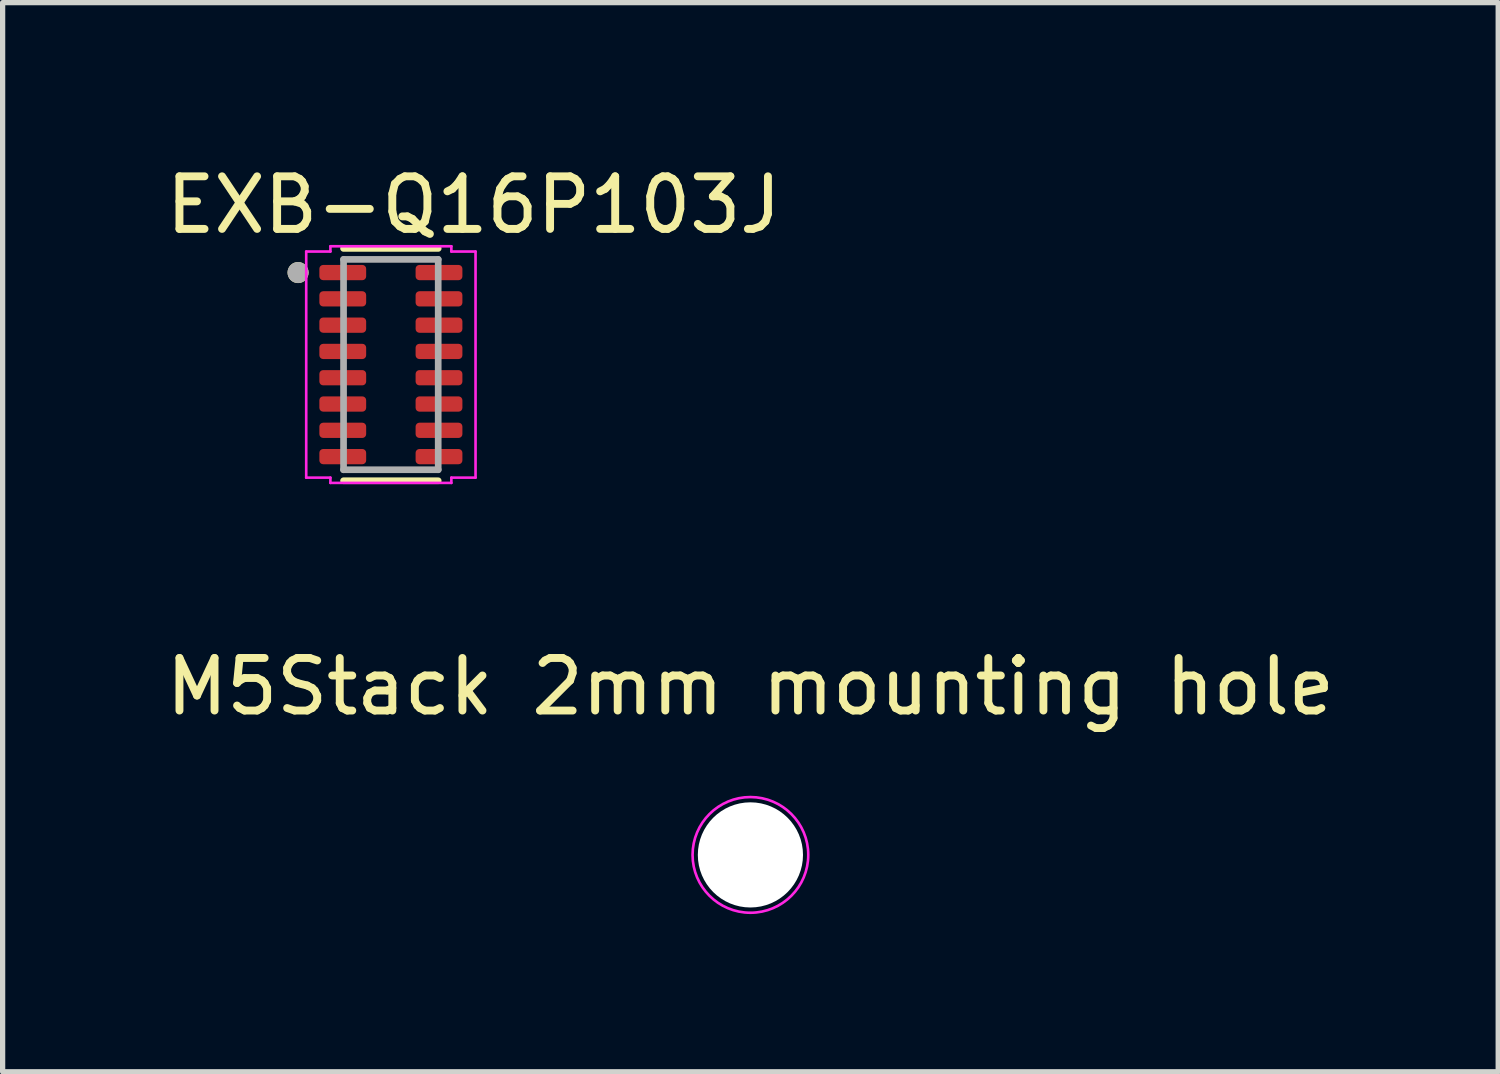
<source format=kicad_pcb>
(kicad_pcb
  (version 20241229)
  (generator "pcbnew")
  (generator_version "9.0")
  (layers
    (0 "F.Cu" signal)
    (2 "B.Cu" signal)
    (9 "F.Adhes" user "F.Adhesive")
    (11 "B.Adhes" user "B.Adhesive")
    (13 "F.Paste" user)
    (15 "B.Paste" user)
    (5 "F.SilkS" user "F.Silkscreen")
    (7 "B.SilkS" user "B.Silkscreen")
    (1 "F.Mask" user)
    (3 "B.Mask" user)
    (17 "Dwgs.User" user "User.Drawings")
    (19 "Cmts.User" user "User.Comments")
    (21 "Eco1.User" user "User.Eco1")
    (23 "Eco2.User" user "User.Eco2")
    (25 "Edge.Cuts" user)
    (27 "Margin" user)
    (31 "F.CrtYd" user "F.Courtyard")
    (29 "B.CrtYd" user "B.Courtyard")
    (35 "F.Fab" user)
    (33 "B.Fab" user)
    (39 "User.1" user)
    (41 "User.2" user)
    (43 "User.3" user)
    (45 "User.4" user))
  (footprint "M5Stack 2mm mounting hole"
    (layer "F.Cu")
    (at 11.22 13.207)
    (property "Reference" "M5Stack 2mm mounting hole" (at 0 -3.2 0) (layer "F.SilkS") (effects (font (size 1 1) (thickness 0.15))))
    (attr through_hole board_only exclude_from_pos_files exclude_from_bom allow_missing_courtyard)
    (fp_circle (center 0 0) (end 1.1 0) (stroke (width 0.05) (type solid)) (fill no) (layer "F.CrtYd"))
    (pad "" np_thru_hole circle (at 0 0) (size 2 2) (drill 2) (layers "*.Cu" "*.Mask")))
  (footprint "EXB-Q16P103J"
    (layer "F.Cu")
    (at 4.383 3.883)
    (property "Reference" "EXB-Q16P103J" (at 1.575 -3.035 0) (layer "F.SilkS") (effects (font (size 1 1) (thickness 0.15))))
    (attr smd)
    (fp_line (start -0.9 -2.209) (end 0.9 -2.209) (stroke (width 0.127) (type solid)) (layer "F.SilkS"))
    (fp_line (start 0.9 2.209) (end -0.9 2.209) (stroke (width 0.127) (type solid)) (layer "F.SilkS"))
    (fp_circle (center -1.765 -1.75) (end -1.665 -1.75) (stroke (width 0.2) (type solid)) (fill no) (layer "F.SilkS"))
    (fp_line (start -1.61 -2.15) (end -1.15 -2.15) (stroke (width 0.05) (type solid)) (layer "F.CrtYd"))
    (fp_line (start -1.61 2.15) (end -1.61 -2.15) (stroke (width 0.05) (type solid)) (layer "F.CrtYd"))
    (fp_line (start -1.15 -2.25) (end 1.15 -2.25) (stroke (width 0.05) (type solid)) (layer "F.CrtYd"))
    (fp_line (start -1.15 -2.15) (end -1.15 -2.25) (stroke (width 0.05) (type solid)) (layer "F.CrtYd"))
    (fp_line (start -1.15 2.15) (end -1.61 2.15) (stroke (width 0.05) (type solid)) (layer "F.CrtYd"))
    (fp_line (start -1.15 2.25) (end -1.15 2.15) (stroke (width 0.05) (type solid)) (layer "F.CrtYd"))
    (fp_line (start 1.15 -2.25) (end 1.15 -2.15) (stroke (width 0.05) (type solid)) (layer "F.CrtYd"))
    (fp_line (start 1.15 -2.15) (end 1.61 -2.15) (stroke (width 0.05) (type solid)) (layer "F.CrtYd"))
    (fp_line (start 1.15 2.15) (end 1.15 2.25) (stroke (width 0.05) (type solid)) (layer "F.CrtYd"))
    (fp_line (start 1.15 2.25) (end -1.15 2.25) (stroke (width 0.05) (type solid)) (layer "F.CrtYd"))
    (fp_line (start 1.61 -2.15) (end 1.61 2.15) (stroke (width 0.05) (type solid)) (layer "F.CrtYd"))
    (fp_line (start 1.61 2.15) (end 1.15 2.15) (stroke (width 0.05) (type solid)) (layer "F.CrtYd"))
    (fp_line (start -0.9 -2) (end 0.9 -2) (stroke (width 0.127) (type solid)) (layer "F.Fab"))
    (fp_line (start -0.9 2) (end -0.9 -2) (stroke (width 0.127) (type solid)) (layer "F.Fab"))
    (fp_line (start 0.9 -2) (end 0.9 2) (stroke (width 0.127) (type solid)) (layer "F.Fab"))
    (fp_line (start 0.9 2) (end -0.9 2) (stroke (width 0.127) (type solid)) (layer "F.Fab"))
    (fp_circle (center -1.765 -1.75) (end -1.665 -1.75) (stroke (width 0.2) (type solid)) (fill no) (layer "F.Fab"))
    (pad "1" smd roundrect (at -0.915 -1.75) (size 0.89 0.29) (layers "F.Cu" "F.Mask" "F.Paste") (roundrect_rratio 0.25))
    (pad "2" smd roundrect (at -0.915 -1.25) (size 0.89 0.29) (layers "F.Cu" "F.Mask" "F.Paste") (roundrect_rratio 0.25))
    (pad "3" smd roundrect (at -0.915 -0.75) (size 0.89 0.29) (layers "F.Cu" "F.Mask" "F.Paste") (roundrect_rratio 0.25))
    (pad "4" smd roundrect (at -0.915 -0.25) (size 0.89 0.29) (layers "F.Cu" "F.Mask" "F.Paste") (roundrect_rratio 0.25))
    (pad "5" smd roundrect (at -0.915 0.25) (size 0.89 0.29) (layers "F.Cu" "F.Mask" "F.Paste") (roundrect_rratio 0.25))
    (pad "6" smd roundrect (at -0.915 0.75) (size 0.89 0.29) (layers "F.Cu" "F.Mask" "F.Paste") (roundrect_rratio 0.25))
    (pad "7" smd roundrect (at -0.915 1.25) (size 0.89 0.29) (layers "F.Cu" "F.Mask" "F.Paste") (roundrect_rratio 0.25))
    (pad "8" smd roundrect (at -0.915 1.75) (size 0.89 0.29) (layers "F.Cu" "F.Mask" "F.Paste") (roundrect_rratio 0.25))
    (pad "9" smd roundrect (at 0.915 1.75) (size 0.89 0.29) (layers "F.Cu" "F.Mask" "F.Paste") (roundrect_rratio 0.25))
    (pad "10" smd roundrect (at 0.915 1.25) (size 0.89 0.29) (layers "F.Cu" "F.Mask" "F.Paste") (roundrect_rratio 0.25))
    (pad "11" smd roundrect (at 0.915 0.75) (size 0.89 0.29) (layers "F.Cu" "F.Mask" "F.Paste") (roundrect_rratio 0.25))
    (pad "12" smd roundrect (at 0.915 0.25) (size 0.89 0.29) (layers "F.Cu" "F.Mask" "F.Paste") (roundrect_rratio 0.25))
    (pad "13" smd roundrect (at 0.915 -0.25) (size 0.89 0.29) (layers "F.Cu" "F.Mask" "F.Paste") (roundrect_rratio 0.25))
    (pad "14" smd roundrect (at 0.915 -0.75) (size 0.89 0.29) (layers "F.Cu" "F.Mask" "F.Paste") (roundrect_rratio 0.25))
    (pad "15" smd roundrect (at 0.915 -1.25) (size 0.89 0.29) (layers "F.Cu" "F.Mask" "F.Paste") (roundrect_rratio 0.25))
    (pad "16" smd roundrect (at 0.915 -1.75) (size 0.89 0.29) (layers "F.Cu" "F.Mask" "F.Paste") (roundrect_rratio 0.25)))
  (gr_rect
    (start -3 -3)
    (end 25.44 17.331)
    (stroke (width 0.1) (type default))
    (fill no)
    (layer "Edge.Cuts")))
</source>
